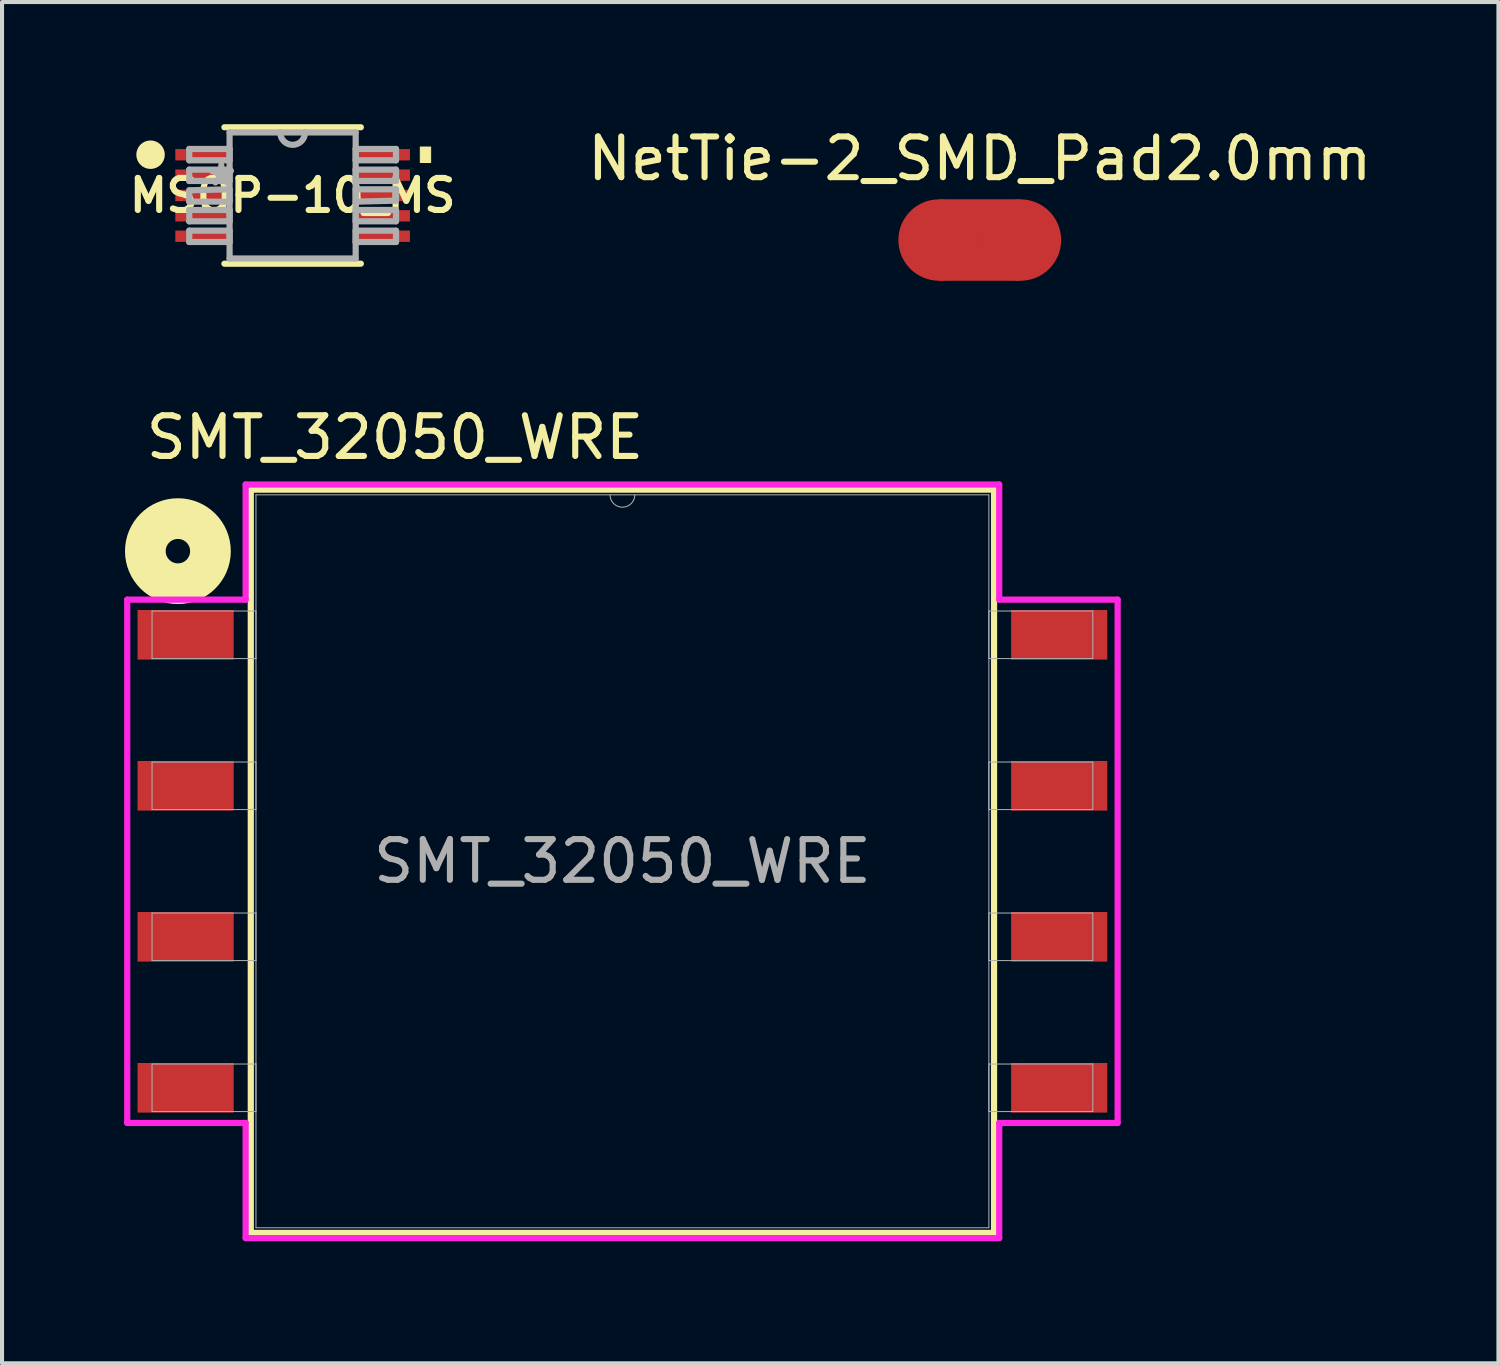
<source format=kicad_pcb>
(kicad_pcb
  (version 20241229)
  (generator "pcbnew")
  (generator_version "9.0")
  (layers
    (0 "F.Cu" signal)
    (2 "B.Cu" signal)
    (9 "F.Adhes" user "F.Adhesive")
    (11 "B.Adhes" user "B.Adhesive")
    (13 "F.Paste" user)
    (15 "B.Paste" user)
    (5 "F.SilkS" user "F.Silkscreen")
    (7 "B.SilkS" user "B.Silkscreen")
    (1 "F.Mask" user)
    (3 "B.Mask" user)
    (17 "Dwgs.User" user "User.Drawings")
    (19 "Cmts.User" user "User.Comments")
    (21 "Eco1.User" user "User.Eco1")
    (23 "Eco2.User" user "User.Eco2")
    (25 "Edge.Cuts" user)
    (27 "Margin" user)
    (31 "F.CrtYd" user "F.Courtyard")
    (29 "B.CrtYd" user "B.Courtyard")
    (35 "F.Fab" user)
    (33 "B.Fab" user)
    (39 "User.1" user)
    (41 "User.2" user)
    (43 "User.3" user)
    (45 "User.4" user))
  (footprint "NetTie-2_SMD_Pad2.0mm"
    (layer "F.Cu")
    (at 21.023 2.848)
    (property "Reference" "NetTie-2_SMD_Pad2.0mm" (at 0 -2 0) (layer "F.SilkS") (effects (font (size 1 1) (thickness 0.15))))
    (attr exclude_from_pos_files exclude_from_bom allow_missing_courtyard)
    (fp_poly (pts (xy -1 -1) (xy 1 -1) (xy 0.5 -0.75) (xy 0.25 -0.5) (xy 0 0) (xy 0.25 0.5) (xy 0.5 0.75) (xy 1 1) (xy -1 1) (xy -0.5 0.75) (xy -0.25 0.5) (xy 0 0) (xy -0.25 -0.5) (xy -0.5 -0.75)) (stroke (width 0.003) (type solid)) (fill yes) (layer "F.Cu"))
    (pad "1" smd circle (at -1 0) (size 2 2) (layers "F.Cu"))
    (pad "2" smd circle (at 1 0) (size 2 2) (layers "F.Cu")))
  (footprint "SMT_32050_WRE"
    (layer "F.Cu")
    (at 12.243 18.112)
    (property "Reference" "SMT_32050_WRE" (at -5.588 -10.414 0) (unlocked yes) (layer "F.SilkS") (effects (font (size 1 1) (thickness 0.15))))
    (attr smd)
    (fp_line (start -9.131 -9.131) (end -9.131 9.131) (stroke (width 0.152) (type solid)) (layer "F.SilkS"))
    (fp_line (start -9.131 9.131) (end 9.131 9.131) (stroke (width 0.152) (type solid)) (layer "F.SilkS"))
    (fp_line (start 9.131 -9.131) (end -9.131 -9.131) (stroke (width 0.152) (type solid)) (layer "F.SilkS"))
    (fp_line (start 9.131 9.131) (end 9.131 -9.131) (stroke (width 0.152) (type solid)) (layer "F.SilkS"))
    (fp_circle (center -10.922 -7.62) (end -10.622 -7.62) (stroke (width 1) (type default)) (fill no) (layer "F.SilkS"))
    (fp_line (start -12.167 -6.429) (end -9.258 -6.429) (stroke (width 0.152) (type solid)) (layer "F.CrtYd"))
    (fp_line (start -12.167 6.429) (end -12.167 -6.429) (stroke (width 0.152) (type solid)) (layer "F.CrtYd"))
    (fp_line (start -12.167 6.429) (end -9.258 6.429) (stroke (width 0.152) (type solid)) (layer "F.CrtYd"))
    (fp_line (start -9.258 -9.258) (end 9.258 -9.258) (stroke (width 0.152) (type solid)) (layer "F.CrtYd"))
    (fp_line (start -9.258 -6.429) (end -9.258 -9.258) (stroke (width 0.152) (type solid)) (layer "F.CrtYd"))
    (fp_line (start -9.258 9.258) (end -9.258 6.429) (stroke (width 0.152) (type solid)) (layer "F.CrtYd"))
    (fp_line (start 9.258 -9.258) (end 9.258 -6.429) (stroke (width 0.152) (type solid)) (layer "F.CrtYd"))
    (fp_line (start 9.258 6.429) (end 9.258 9.258) (stroke (width 0.152) (type solid)) (layer "F.CrtYd"))
    (fp_line (start 9.258 9.258) (end -9.258 9.258) (stroke (width 0.152) (type solid)) (layer "F.CrtYd"))
    (fp_line (start 12.167 -6.429) (end 9.258 -6.429) (stroke (width 0.152) (type solid)) (layer "F.CrtYd"))
    (fp_line (start 12.167 -6.429) (end 12.167 6.429) (stroke (width 0.152) (type solid)) (layer "F.CrtYd"))
    (fp_line (start 12.167 6.429) (end 9.258 6.429) (stroke (width 0.152) (type solid)) (layer "F.CrtYd"))
    (fp_line (start -11.557 -6.149) (end -11.557 -4.981) (stroke (width 0.025) (type solid)) (layer "F.Fab"))
    (fp_line (start -11.557 -4.981) (end -9.004 -4.981) (stroke (width 0.025) (type solid)) (layer "F.Fab"))
    (fp_line (start -11.557 -2.439) (end -11.557 -1.271) (stroke (width 0.025) (type solid)) (layer "F.Fab"))
    (fp_line (start -11.557 -1.271) (end -9.004 -1.271) (stroke (width 0.025) (type solid)) (layer "F.Fab"))
    (fp_line (start -11.557 1.271) (end -11.557 2.439) (stroke (width 0.025) (type solid)) (layer "F.Fab"))
    (fp_line (start -11.557 2.439) (end -9.004 2.439) (stroke (width 0.025) (type solid)) (layer "F.Fab"))
    (fp_line (start -11.557 4.981) (end -11.557 6.149) (stroke (width 0.025) (type solid)) (layer "F.Fab"))
    (fp_line (start -11.557 6.149) (end -9.004 6.149) (stroke (width 0.025) (type solid)) (layer "F.Fab"))
    (fp_line (start -9.004 -9.004) (end -9.004 9.004) (stroke (width 0.025) (type solid)) (layer "F.Fab"))
    (fp_line (start -9.004 -6.149) (end -11.557 -6.149) (stroke (width 0.025) (type solid)) (layer "F.Fab"))
    (fp_line (start -9.004 -4.981) (end -9.004 -6.149) (stroke (width 0.025) (type solid)) (layer "F.Fab"))
    (fp_line (start -9.004 -2.439) (end -11.557 -2.439) (stroke (width 0.025) (type solid)) (layer "F.Fab"))
    (fp_line (start -9.004 -1.271) (end -9.004 -2.439) (stroke (width 0.025) (type solid)) (layer "F.Fab"))
    (fp_line (start -9.004 1.271) (end -11.557 1.271) (stroke (width 0.025) (type solid)) (layer "F.Fab"))
    (fp_line (start -9.004 2.439) (end -9.004 1.271) (stroke (width 0.025) (type solid)) (layer "F.Fab"))
    (fp_line (start -9.004 4.981) (end -11.557 4.981) (stroke (width 0.025) (type solid)) (layer "F.Fab"))
    (fp_line (start -9.004 6.149) (end -9.004 4.981) (stroke (width 0.025) (type solid)) (layer "F.Fab"))
    (fp_line (start -9.004 9.004) (end 9.004 9.004) (stroke (width 0.025) (type solid)) (layer "F.Fab"))
    (fp_line (start 9.004 -9.004) (end -9.004 -9.004) (stroke (width 0.025) (type solid)) (layer "F.Fab"))
    (fp_line (start 9.004 -6.149) (end 9.004 -4.981) (stroke (width 0.025) (type solid)) (layer "F.Fab"))
    (fp_line (start 9.004 -4.981) (end 11.557 -4.981) (stroke (width 0.025) (type solid)) (layer "F.Fab"))
    (fp_line (start 9.004 -2.439) (end 9.004 -1.271) (stroke (width 0.025) (type solid)) (layer "F.Fab"))
    (fp_line (start 9.004 -1.271) (end 11.557 -1.271) (stroke (width 0.025) (type solid)) (layer "F.Fab"))
    (fp_line (start 9.004 1.271) (end 9.004 2.439) (stroke (width 0.025) (type solid)) (layer "F.Fab"))
    (fp_line (start 9.004 2.439) (end 11.557 2.439) (stroke (width 0.025) (type solid)) (layer "F.Fab"))
    (fp_line (start 9.004 4.981) (end 9.004 6.149) (stroke (width 0.025) (type solid)) (layer "F.Fab"))
    (fp_line (start 9.004 6.149) (end 11.557 6.149) (stroke (width 0.025) (type solid)) (layer "F.Fab"))
    (fp_line (start 9.004 9.004) (end 9.004 -9.004) (stroke (width 0.025) (type solid)) (layer "F.Fab"))
    (fp_line (start 11.557 -6.149) (end 9.004 -6.149) (stroke (width 0.025) (type solid)) (layer "F.Fab"))
    (fp_line (start 11.557 -4.981) (end 11.557 -6.149) (stroke (width 0.025) (type solid)) (layer "F.Fab"))
    (fp_line (start 11.557 -2.439) (end 9.004 -2.439) (stroke (width 0.025) (type solid)) (layer "F.Fab"))
    (fp_line (start 11.557 -1.271) (end 11.557 -2.439) (stroke (width 0.025) (type solid)) (layer "F.Fab"))
    (fp_line (start 11.557 1.271) (end 9.004 1.271) (stroke (width 0.025) (type solid)) (layer "F.Fab"))
    (fp_line (start 11.557 2.439) (end 11.557 1.271) (stroke (width 0.025) (type solid)) (layer "F.Fab"))
    (fp_line (start 11.557 4.981) (end 9.004 4.981) (stroke (width 0.025) (type solid)) (layer "F.Fab"))
    (fp_line (start 11.557 6.149) (end 11.557 4.981) (stroke (width 0.025) (type solid)) (layer "F.Fab"))
    (fp_arc (start 0.3048 -9.0043) (mid 0 -8.6995) (end -0.3048 -9.0043) (stroke (width 0.0254) (type solid)) (layer "F.Fab"))
    (fp_text user "${REFERENCE}" (at 0 0 0) (unlocked yes) (layer "F.Fab") (effects (font (size 1 1) (thickness 0.15))))
    (pad "1" smd rect (at -10.732 -5.565) (size 2.362 1.219) (layers "F.Cu" "F.Mask" "F.Paste"))
    (pad "2" smd rect (at -10.732 -1.855) (size 2.362 1.219) (layers "F.Cu" "F.Mask" "F.Paste"))
    (pad "3" smd rect (at -10.732 1.855) (size 2.362 1.219) (layers "F.Cu" "F.Mask" "F.Paste"))
    (pad "4" smd rect (at -10.732 5.565) (size 2.362 1.219) (layers "F.Cu" "F.Mask" "F.Paste"))
    (pad "5" smd rect (at 10.732 5.565) (size 2.362 1.219) (layers "F.Cu" "F.Mask" "F.Paste"))
    (pad "6" smd rect (at 10.732 1.855) (size 2.362 1.219) (layers "F.Cu" "F.Mask" "F.Paste"))
    (pad "7" smd rect (at 10.732 -1.855) (size 2.362 1.219) (layers "F.Cu" "F.Mask" "F.Paste"))
    (pad "8" smd rect (at 10.732 -5.565) (size 2.362 1.219) (layers "F.Cu" "F.Mask" "F.Paste")))
  (footprint "MSOP-10_MS"
    (layer "F.Cu")
    (at 4.14 1.753)
    (property "Reference" "MSOP-10_MS" (at 0 0 0) (layer "F.SilkS") (effects (font (size 0.787 0.787) (thickness 0.15))))
    (attr smd)
    (fp_line (start -1.676 1.676) (end 1.676 1.676) (stroke (width 0.152) (type solid)) (layer "F.SilkS"))
    (fp_line (start 1.676 -1.676) (end -1.676 -1.676) (stroke (width 0.152) (type solid)) (layer "F.SilkS"))
    (fp_circle (center -3.491 -1.002) (end -3.191 -1.002) (stroke (width 0.1) (type solid)) (fill yes) (layer "F.SilkS"))
    (fp_poly (pts (xy 3.391 -1.191) (xy 3.391 -0.81) (xy 3.137 -0.81) (xy 3.137 -1.191)) (stroke (width 0.025) (type solid)) (fill yes) (layer "F.SilkS"))
    (fp_line (start -2.54 -1.143) (end -2.54 -0.864) (stroke (width 0.152) (type solid)) (layer "F.Fab"))
    (fp_line (start -2.54 -0.864) (end -1.549 -0.864) (stroke (width 0.152) (type solid)) (layer "F.Fab"))
    (fp_line (start -2.54 -0.635) (end -2.54 -0.356) (stroke (width 0.152) (type solid)) (layer "F.Fab"))
    (fp_line (start -2.54 -0.356) (end -1.549 -0.356) (stroke (width 0.152) (type solid)) (layer "F.Fab"))
    (fp_line (start -2.54 -0.127) (end -2.54 0.152) (stroke (width 0.152) (type solid)) (layer "F.Fab"))
    (fp_line (start -2.54 0.152) (end -1.549 0.152) (stroke (width 0.152) (type solid)) (layer "F.Fab"))
    (fp_line (start -2.54 0.356) (end -2.54 0.635) (stroke (width 0.152) (type solid)) (layer "F.Fab"))
    (fp_line (start -2.54 0.635) (end -1.549 0.635) (stroke (width 0.152) (type solid)) (layer "F.Fab"))
    (fp_line (start -2.54 0.864) (end -2.54 1.143) (stroke (width 0.152) (type solid)) (layer "F.Fab"))
    (fp_line (start -2.54 1.143) (end -1.549 1.143) (stroke (width 0.152) (type solid)) (layer "F.Fab"))
    (fp_line (start -1.549 -1.549) (end -1.549 1.549) (stroke (width 0.152) (type solid)) (layer "F.Fab"))
    (fp_line (start -1.549 -1.143) (end -2.54 -1.143) (stroke (width 0.152) (type solid)) (layer "F.Fab"))
    (fp_line (start -1.549 -0.864) (end -1.549 -1.143) (stroke (width 0.152) (type solid)) (layer "F.Fab"))
    (fp_line (start -1.549 -0.635) (end -2.54 -0.635) (stroke (width 0.152) (type solid)) (layer "F.Fab"))
    (fp_line (start -1.549 -0.356) (end -1.549 -0.635) (stroke (width 0.152) (type solid)) (layer "F.Fab"))
    (fp_line (start -1.549 -0.152) (end -2.54 -0.127) (stroke (width 0.152) (type solid)) (layer "F.Fab"))
    (fp_line (start -1.549 0.152) (end -1.549 -0.152) (stroke (width 0.152) (type solid)) (layer "F.Fab"))
    (fp_line (start -1.549 0.356) (end -2.54 0.356) (stroke (width 0.152) (type solid)) (layer "F.Fab"))
    (fp_line (start -1.549 0.635) (end -1.549 0.356) (stroke (width 0.152) (type solid)) (layer "F.Fab"))
    (fp_line (start -1.549 0.864) (end -2.54 0.864) (stroke (width 0.152) (type solid)) (layer "F.Fab"))
    (fp_line (start -1.549 1.143) (end -1.549 0.864) (stroke (width 0.152) (type solid)) (layer "F.Fab"))
    (fp_line (start -1.549 1.549) (end 1.549 1.549) (stroke (width 0.152) (type solid)) (layer "F.Fab"))
    (fp_line (start -0.305 -1.549) (end -1.549 -1.549) (stroke (width 0.152) (type solid)) (layer "F.Fab"))
    (fp_line (start 0.305 -1.549) (end -0.305 -1.549) (stroke (width 0.152) (type solid)) (layer "F.Fab"))
    (fp_line (start 1.549 -1.549) (end 0.305 -1.549) (stroke (width 0.152) (type solid)) (layer "F.Fab"))
    (fp_line (start 1.549 -1.143) (end 1.549 -0.864) (stroke (width 0.152) (type solid)) (layer "F.Fab"))
    (fp_line (start 1.549 -0.864) (end 2.54 -0.864) (stroke (width 0.152) (type solid)) (layer "F.Fab"))
    (fp_line (start 1.549 -0.635) (end 1.549 -0.356) (stroke (width 0.152) (type solid)) (layer "F.Fab"))
    (fp_line (start 1.549 -0.356) (end 2.54 -0.356) (stroke (width 0.152) (type solid)) (layer "F.Fab"))
    (fp_line (start 1.549 -0.152) (end 1.549 0.152) (stroke (width 0.152) (type solid)) (layer "F.Fab"))
    (fp_line (start 1.549 0.152) (end 2.54 0.127) (stroke (width 0.152) (type solid)) (layer "F.Fab"))
    (fp_line (start 1.549 0.356) (end 1.549 0.635) (stroke (width 0.152) (type solid)) (layer "F.Fab"))
    (fp_line (start 1.549 0.635) (end 2.54 0.635) (stroke (width 0.152) (type solid)) (layer "F.Fab"))
    (fp_line (start 1.549 0.864) (end 1.549 1.143) (stroke (width 0.152) (type solid)) (layer "F.Fab"))
    (fp_line (start 1.549 1.143) (end 2.54 1.143) (stroke (width 0.152) (type solid)) (layer "F.Fab"))
    (fp_line (start 1.549 1.549) (end 1.549 -1.549) (stroke (width 0.152) (type solid)) (layer "F.Fab"))
    (fp_line (start 2.54 -1.143) (end 1.549 -1.143) (stroke (width 0.152) (type solid)) (layer "F.Fab"))
    (fp_line (start 2.54 -0.864) (end 2.54 -1.143) (stroke (width 0.152) (type solid)) (layer "F.Fab"))
    (fp_line (start 2.54 -0.635) (end 1.549 -0.635) (stroke (width 0.152) (type solid)) (layer "F.Fab"))
    (fp_line (start 2.54 -0.356) (end 2.54 -0.635) (stroke (width 0.152) (type solid)) (layer "F.Fab"))
    (fp_line (start 2.54 -0.152) (end 1.549 -0.152) (stroke (width 0.152) (type solid)) (layer "F.Fab"))
    (fp_line (start 2.54 0.127) (end 2.54 -0.152) (stroke (width 0.152) (type solid)) (layer "F.Fab"))
    (fp_line (start 2.54 0.356) (end 1.549 0.356) (stroke (width 0.152) (type solid)) (layer "F.Fab"))
    (fp_line (start 2.54 0.635) (end 2.54 0.356) (stroke (width 0.152) (type solid)) (layer "F.Fab"))
    (fp_line (start 2.54 0.864) (end 1.549 0.864) (stroke (width 0.152) (type solid)) (layer "F.Fab"))
    (fp_line (start 2.54 1.143) (end 2.54 0.864) (stroke (width 0.152) (type solid)) (layer "F.Fab"))
    (fp_arc (start 0.3048 -1.5494) (mid 0 -1.2446) (end -0.3048 -1.5494) (stroke (width 0.1524) (type solid)) (layer "F.Fab"))
    (fp_text user "*" (at -1.753 -0.203 0) (layer "F.Fab") (effects (font (size 1 1) (thickness 0.15))))
    (pad "1" smd rect (at -2.184 -1.001) (size 1.397 0.279) (layers "F.Cu" "F.Mask" "F.Paste"))
    (pad "2" smd rect (at -2.184 -0.5) (size 1.397 0.279) (layers "F.Cu" "F.Mask" "F.Paste"))
    (pad "3" smd rect (at -2.184 0) (size 1.397 0.279) (layers "F.Cu" "F.Mask" "F.Paste"))
    (pad "4" smd rect (at -2.184 0.5) (size 1.397 0.279) (layers "F.Cu" "F.Mask" "F.Paste"))
    (pad "5" smd rect (at -2.184 1.001) (size 1.397 0.279) (layers "F.Cu" "F.Mask" "F.Paste"))
    (pad "6" smd rect (at 2.184 1.001) (size 1.397 0.279) (layers "F.Cu" "F.Mask" "F.Paste"))
    (pad "7" smd rect (at 2.184 0.5) (size 1.397 0.279) (layers "F.Cu" "F.Mask" "F.Paste"))
    (pad "8" smd rect (at 2.184 0) (size 1.397 0.279) (layers "F.Cu" "F.Mask" "F.Paste"))
    (pad "9" smd rect (at 2.184 -0.5) (size 1.397 0.279) (layers "F.Cu" "F.Mask" "F.Paste"))
    (pad "10" smd rect (at 2.184 -1.001) (size 1.397 0.279) (layers "F.Cu" "F.Mask" "F.Paste")))
  (gr_rect
    (start -3 -3)
    (end 33.767 30.446)
    (stroke (width 0.1) (type default))
    (fill no)
    (layer "Edge.Cuts")))
</source>
